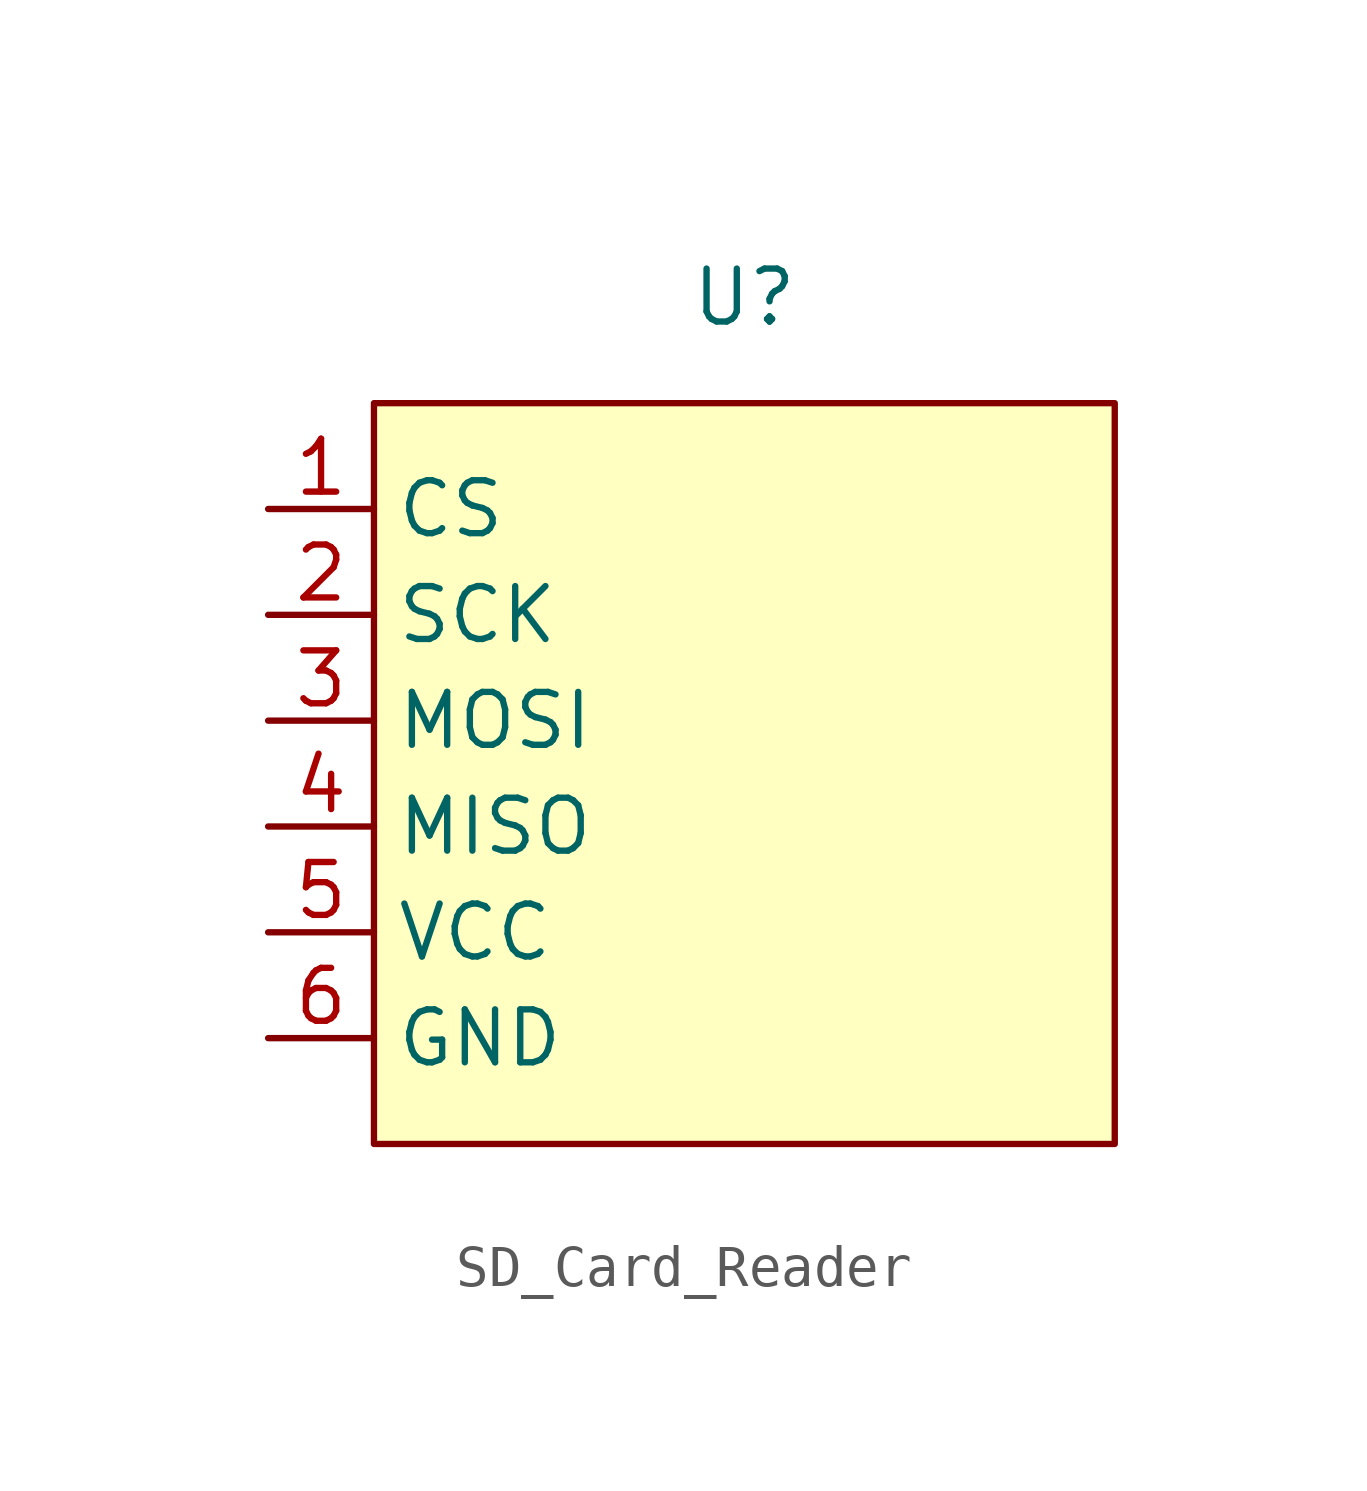
<source format=kicad_sym>
(kicad_symbol_lib
  (version 20241209)
  (generator "kicad_symbol_editor")
  (generator_version "9.0")
  (symbol "SD_Card_Reader"
    (property "Reference" "U"
      (at 0 0 0)
      (effects (font (size 1.27 1.27))))
    (property "Value" ""
      (at 0 0 0)
      (effects (font (size 1.27 1.27))))
    (symbol "SD_Card_Reader_1_1"
      (rectangle (start 8.89 -2.54) (end -8.89 -20.32) (stroke (width 0) (type default)) (fill (type background)))
      (pin input line (at -11.43 -5.08 0) (length 2.54) (name "CS" (effects (font (size 1.27 1.27)))) (number "1" (effects (font (size 1.27 1.27)))))
      (pin input line (at -11.43 -7.62 0) (length 2.54) (name "SCK" (effects (font (size 1.27 1.27)))) (number "2" (effects (font (size 1.27 1.27)))))
      (pin input line (at -11.43 -10.16 0) (length 2.54) (name "MOSI" (effects (font (size 1.27 1.27)))) (number "3" (effects (font (size 1.27 1.27)))))
      (pin input line (at -11.43 -12.7 0) (length 2.54) (name "MISO" (effects (font (size 1.27 1.27)))) (number "4" (effects (font (size 1.27 1.27)))))
      (pin input line (at -11.43 -15.24 0) (length 2.54) (name "VCC" (effects (font (size 1.27 1.27)))) (number "5" (effects (font (size 1.27 1.27)))))
      (pin input line (at -11.43 -17.78 0) (length 2.54) (name "GND" (effects (font (size 1.27 1.27)))) (number "6" (effects (font (size 1.27 1.27))))))))
</source>
